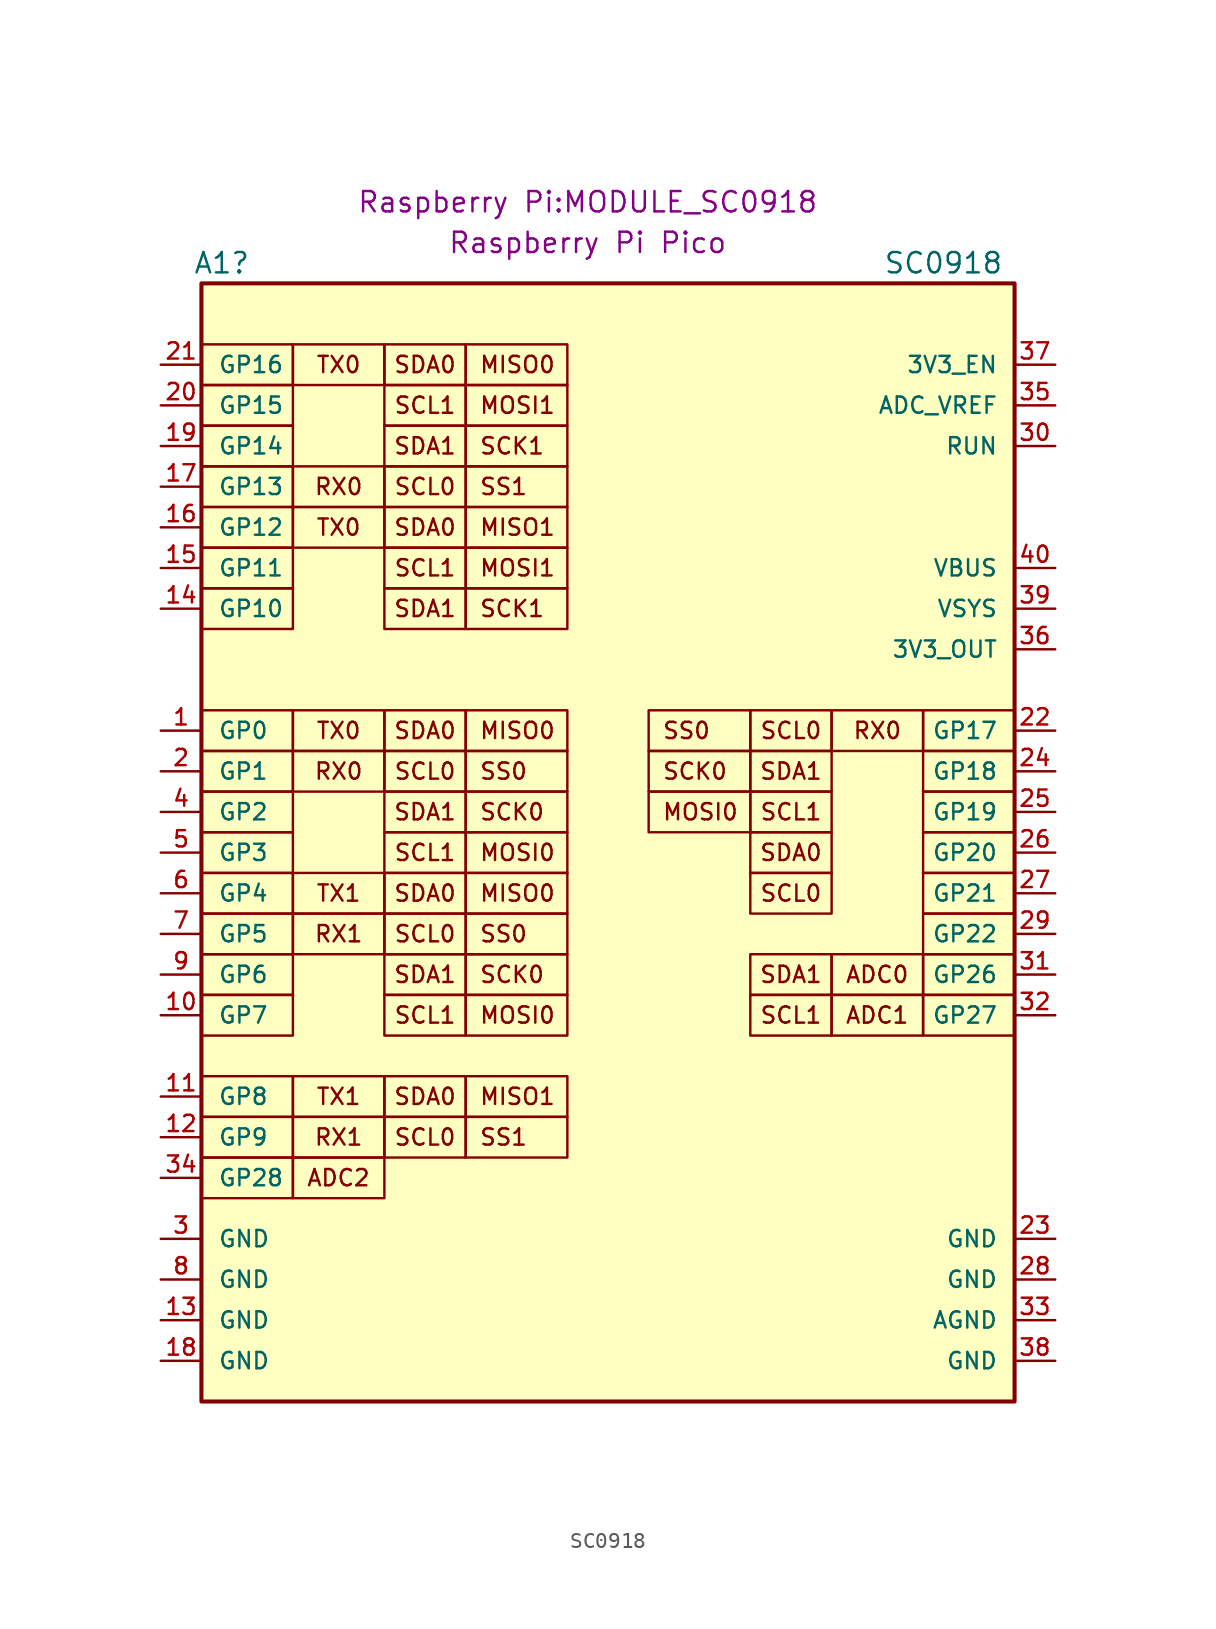
<source format=kicad_sym>
(kicad_symbol_lib
  (version 20231120)
  (generator "kicad_symbol_editor")
  (generator_version "8.0")
  (symbol "SC0918"
    (pin_names
      (offset 1.016))
    (property "Reference" "A1"
      (at -24.13 55.88 0)
      (effects (font (size 1.27 1.27))))
    (property "Value" "SC0918"
      (at 20.955 55.88 0)
      (effects (font (size 1.27 1.27))))
    (property "Footprint" "Raspberry Pi:MODULE_SC0918"
      (at -1.27 59.69 0)
      (effects (font (size 1.27 1.27))))
    (property "manufacturer" "Raspberry Pi Pico"
      (at -1.27 57.15 0)
      (effects (font (size 1.27 1.27))))
    (symbol "SC0918_0_0"
      (text_box "ADC0" (at 13.97 12.7 0) (size 5.715 -2.54) (stroke (width 0) (type default)) (fill (type none)) (effects (font (size 1.016 1.016)) (justify left)))
      (text_box "ADC1" (at 13.97 10.16 0) (size 5.715 -2.54) (stroke (width 0) (type default)) (fill (type none)) (effects (font (size 1.016 1.016)) (justify left)))
      (text_box "ADC2" (at -13.97 0 0) (size -5.715 -2.54) (stroke (width 0) (type default)) (fill (type none)) (effects (font (size 1.016 1.016)) (justify left)))
      (text_box "MISO0" (at -8.89 17.78 0) (size 6.35 -2.54) (stroke (width 0) (type default)) (fill (type none)) (effects (font (size 1.016 1.016)) (justify left)))
      (text_box "MISO0" (at -8.89 27.94 0) (size 6.35 -2.54) (stroke (width 0) (type default)) (fill (type none)) (effects (font (size 1.016 1.016)) (justify left)))
      (text_box "MISO0" (at -2.54 50.8 0) (size -6.35 -2.54) (stroke (width 0) (type default)) (fill (type none)) (effects (font (size 1.016 1.016)) (justify left)))
      (text_box "MISO1" (at -8.89 5.08 0) (size 6.35 -2.54) (stroke (width 0) (type default)) (fill (type none)) (effects (font (size 1.016 1.016)) (justify left)))
      (text_box "MISO1" (at -8.89 38.1 0) (size 6.35 2.54) (stroke (width 0) (type default)) (fill (type none)) (effects (font (size 1.016 1.016)) (justify left)))
      (text_box "MOSI0" (at -8.89 10.16 0) (size 6.35 -2.54) (stroke (width 0) (type default)) (fill (type none)) (effects (font (size 1.016 1.016)) (justify left)))
      (text_box "MOSI0" (at -8.89 20.32 0) (size 6.35 -2.54) (stroke (width 0) (type default)) (fill (type none)) (effects (font (size 1.016 1.016)) (justify left)))
      (text_box "MOSI0" (at 2.54 22.86 0) (size 6.35 -2.54) (stroke (width 0) (type default)) (fill (type none)) (effects (font (size 1.016 1.016)) (justify left)))
      (text_box "MOSI1" (at -8.89 35.56 0) (size 6.35 2.54) (stroke (width 0) (type default)) (fill (type none)) (effects (font (size 1.016 1.016)) (justify left)))
      (text_box "MOSI1" (at -8.89 45.72 0) (size 6.35 2.54) (stroke (width 0) (type default)) (fill (type none)) (effects (font (size 1.016 1.016)) (justify left)))
      (text_box "RX0" (at -19.685 25.4 0) (size 5.715 -2.54) (stroke (width 0) (type default)) (fill (type none)) (effects (font (size 1.016 1.016))))
      (text_box "RX0" (at -19.685 40.64 0) (size 5.715 2.54) (stroke (width 0) (type default)) (fill (type none)) (effects (font (size 1.016 1.016))))
      (text_box "RX0" (at 13.97 27.94 0) (size 5.715 -2.54) (stroke (width 0) (type default)) (fill (type none)) (effects (font (size 1.016 1.016))))
      (text_box "RX1" (at -19.685 2.54 0) (size 5.715 -2.54) (stroke (width 0) (type default)) (fill (type none)) (effects (font (size 1.016 1.016))))
      (text_box "RX1" (at -19.685 15.24 0) (size 5.715 -2.54) (stroke (width 0) (type default)) (fill (type none)) (effects (font (size 1.016 1.016))))
      (text_box "SCK0" (at -8.89 12.7 0) (size 6.35 -2.54) (stroke (width 0) (type default)) (fill (type none)) (effects (font (size 1.016 1.016)) (justify left)))
      (text_box "SCK0" (at -8.89 22.86 0) (size 6.35 -2.54) (stroke (width 0) (type default)) (fill (type none)) (effects (font (size 1.016 1.016)) (justify left)))
      (text_box "SCK0" (at 2.54 25.4 0) (size 6.35 -2.54) (stroke (width 0) (type default)) (fill (type none)) (effects (font (size 1.016 1.016)) (justify left)))
      (text_box "SCK1" (at -8.89 33.02 0) (size 6.35 2.54) (stroke (width 0) (type default)) (fill (type none)) (effects (font (size 1.016 1.016)) (justify left)))
      (text_box "SCK1" (at -8.89 43.18 0) (size 6.35 2.54) (stroke (width 0) (type default)) (fill (type none)) (effects (font (size 1.016 1.016)) (justify left)))
      (text_box "SCL0" (at -13.97 2.54 0) (size 5.08 -2.54) (stroke (width 0) (type default)) (fill (type none)) (effects (font (size 1.016 1.016))))
      (text_box "SCL0" (at -13.97 15.24 0) (size 5.08 -2.54) (stroke (width 0) (type default)) (fill (type none)) (effects (font (size 1.016 1.016))))
      (text_box "SCL0" (at -13.97 25.4 0) (size 5.08 -2.54) (stroke (width 0) (type default)) (fill (type none)) (effects (font (size 1.016 1.016))))
      (text_box "SCL0" (at -13.97 40.64 0) (size 5.08 2.54) (stroke (width 0) (type default)) (fill (type none)) (effects (font (size 1.016 1.016))))
      (text_box "SCL0" (at 8.89 17.78 0) (size 5.08 -2.54) (stroke (width 0) (type default)) (fill (type none)) (effects (font (size 1.016 1.016))))
      (text_box "SCL0" (at 8.89 27.94 0) (size 5.08 -2.54) (stroke (width 0) (type default)) (fill (type none)) (effects (font (size 1.016 1.016))))
      (text_box "SCL1" (at -13.97 10.16 0) (size 5.08 -2.54) (stroke (width 0) (type default)) (fill (type none)) (effects (font (size 1.016 1.016))))
      (text_box "SCL1" (at -13.97 20.32 0) (size 5.08 -2.54) (stroke (width 0) (type default)) (fill (type none)) (effects (font (size 1.016 1.016))))
      (text_box "SCL1" (at -13.97 35.56 0) (size 5.08 2.54) (stroke (width 0) (type default)) (fill (type none)) (effects (font (size 1.016 1.016))))
      (text_box "SCL1" (at -13.97 45.72 0) (size 5.08 2.54) (stroke (width 0) (type default)) (fill (type none)) (effects (font (size 1.016 1.016))))
      (text_box "SCL1" (at 8.89 10.16 0) (size 5.08 -2.54) (stroke (width 0) (type default)) (fill (type none)) (effects (font (size 1.016 1.016))))
      (text_box "SCL1" (at 8.89 22.86 0) (size 5.08 -2.54) (stroke (width 0) (type default)) (fill (type none)) (effects (font (size 1.016 1.016))))
      (text_box "SDA0" (at -13.97 5.08 0) (size 5.08 -2.54) (stroke (width 0) (type default)) (fill (type none)) (effects (font (size 1.016 1.016))))
      (text_box "SDA0" (at -13.97 17.78 0) (size 5.08 -2.54) (stroke (width 0) (type default)) (fill (type none)) (effects (font (size 1.016 1.016))))
      (text_box "SDA0" (at -13.97 27.94 0) (size 5.08 -2.54) (stroke (width 0) (type default)) (fill (type none)) (effects (font (size 1.016 1.016))))
      (text_box "SDA0" (at -13.97 38.1 0) (size 5.08 2.54) (stroke (width 0) (type default)) (fill (type none)) (effects (font (size 1.016 1.016))))
      (text_box "SDA0" (at -8.89 50.8 0) (size -5.08 -2.54) (stroke (width 0) (type default)) (fill (type none)) (effects (font (size 1.016 1.016))))
      (text_box "SDA0" (at 8.89 20.32 0) (size 5.08 -2.54) (stroke (width 0) (type default)) (fill (type none)) (effects (font (size 1.016 1.016))))
      (text_box "SDA1" (at -13.97 12.7 0) (size 5.08 -2.54) (stroke (width 0) (type default)) (fill (type none)) (effects (font (size 1.016 1.016))))
      (text_box "SDA1" (at -13.97 22.86 0) (size 5.08 -2.54) (stroke (width 0) (type default)) (fill (type none)) (effects (font (size 1.016 1.016))))
      (text_box "SDA1" (at -13.97 33.02 0) (size 5.08 2.54) (stroke (width 0) (type default)) (fill (type none)) (effects (font (size 1.016 1.016))))
      (text_box "SDA1" (at -13.97 43.18 0) (size 5.08 2.54) (stroke (width 0) (type default)) (fill (type none)) (effects (font (size 1.016 1.016))))
      (text_box "SDA1" (at 8.89 12.7 0) (size 5.08 -2.54) (stroke (width 0) (type default)) (fill (type none)) (effects (font (size 1.016 1.016))))
      (text_box "SDA1" (at 8.89 25.4 0) (size 5.08 -2.54) (stroke (width 0) (type default)) (fill (type none)) (effects (font (size 1.016 1.016))))
      (text_box "SS0" (at -8.89 15.24 0) (size 6.35 -2.54) (stroke (width 0) (type default)) (fill (type none)) (effects (font (size 1.016 1.016)) (justify left)))
      (text_box "SS0" (at -8.89 25.4 0) (size 6.35 -2.54) (stroke (width 0) (type default)) (fill (type none)) (effects (font (size 1.016 1.016)) (justify left)))
      (text_box "SS0" (at 2.54 27.94 0) (size 6.35 -2.54) (stroke (width 0) (type default)) (fill (type none)) (effects (font (size 1.016 1.016)) (justify left)))
      (text_box "SS1" (at -8.89 2.54 0) (size 6.35 -2.54) (stroke (width 0) (type default)) (fill (type none)) (effects (font (size 1.016 1.016)) (justify left)))
      (text_box "SS1" (at -8.89 40.64 0) (size 6.35 2.54) (stroke (width 0) (type default)) (fill (type none)) (effects (font (size 1.016 1.016)) (justify left)))
      (text_box "TX0" (at -19.685 27.94 0) (size 5.715 -2.54) (stroke (width 0) (type default)) (fill (type none)) (effects (font (size 1.016 1.016))))
      (text_box "TX0" (at -19.685 38.1 0) (size 5.715 2.54) (stroke (width 0) (type default)) (fill (type none)) (effects (font (size 1.016 1.016))))
      (text_box "TX0" (at -13.97 50.8 0) (size -5.715 -2.54) (stroke (width 0) (type default)) (fill (type none)) (effects (font (size 1.016 1.016))))
      (text_box "TX1" (at -19.685 5.08 0) (size 5.715 -2.54) (stroke (width 0) (type default)) (fill (type none)) (effects (font (size 1.016 1.016))))
      (text_box "TX1" (at -19.685 17.78 0) (size 5.715 -2.54) (stroke (width 0) (type default)) (fill (type none)) (effects (font (size 1.016 1.016))))
      (pin bidirectional line (at -27.94 26.67 0) (length 2.54) (name "GP0" (effects (font (size 1.016 1.016)))) (number "1" (effects (font (size 1.016 1.016)))))
      (pin bidirectional line (at -27.94 8.89 0) (length 2.54) (name "GP7" (effects (font (size 1.016 1.016)))) (number "10" (effects (font (size 1.016 1.016)))))
      (pin bidirectional line (at -27.94 3.81 0) (length 2.54) (name "GP8" (effects (font (size 1.016 1.016)))) (number "11" (effects (font (size 1.016 1.016)))))
      (pin bidirectional line (at -27.94 1.27 0) (length 2.54) (name "GP9" (effects (font (size 1.016 1.016)))) (number "12" (effects (font (size 1.016 1.016)))))
      (pin power_in line (at -27.94 -10.16 0) (length 2.54) (name "GND" (effects (font (size 1.016 1.016)))) (number "13" (effects (font (size 1.016 1.016)))))
      (pin bidirectional line (at -27.94 34.29 0) (length 2.54) (name "GP10" (effects (font (size 1.016 1.016)))) (number "14" (effects (font (size 1.016 1.016)))))
      (pin bidirectional line (at -27.94 36.83 0) (length 2.54) (name "GP11" (effects (font (size 1.016 1.016)))) (number "15" (effects (font (size 1.016 1.016)))))
      (pin bidirectional line (at -27.94 39.37 0) (length 2.54) (name "GP12" (effects (font (size 1.016 1.016)))) (number "16" (effects (font (size 1.016 1.016)))))
      (pin bidirectional line (at -27.94 41.91 0) (length 2.54) (name "GP13" (effects (font (size 1.016 1.016)))) (number "17" (effects (font (size 1.016 1.016)))))
      (pin power_in line (at -27.94 -12.7 0) (length 2.54) (name "GND" (effects (font (size 1.016 1.016)))) (number "18" (effects (font (size 1.016 1.016)))))
      (pin bidirectional line (at -27.94 44.45 0) (length 2.54) (name "GP14" (effects (font (size 1.016 1.016)))) (number "19" (effects (font (size 1.016 1.016)))))
      (pin bidirectional line (at -27.94 24.13 0) (length 2.54) (name "GP1" (effects (font (size 1.016 1.016)))) (number "2" (effects (font (size 1.016 1.016)))))
      (pin bidirectional line (at -27.94 46.99 0) (length 2.54) (name "GP15" (effects (font (size 1.016 1.016)))) (number "20" (effects (font (size 1.016 1.016)))))
      (pin bidirectional line (at -27.94 49.53 0) (length 2.54) (name "GP16" (effects (font (size 1.016 1.016)))) (number "21" (effects (font (size 1.016 1.016)))))
      (pin bidirectional line (at 27.94 26.67 180) (length 2.54) (name "GP17" (effects (font (size 1.016 1.016)))) (number "22" (effects (font (size 1.016 1.016)))))
      (pin power_in line (at 27.94 -5.08 180) (length 2.54) (name "GND" (effects (font (size 1.016 1.016)))) (number "23" (effects (font (size 1.016 1.016)))))
      (pin bidirectional line (at 27.94 24.13 180) (length 2.54) (name "GP18" (effects (font (size 1.016 1.016)))) (number "24" (effects (font (size 1.016 1.016)))))
      (pin bidirectional line (at 27.94 21.59 180) (length 2.54) (name "GP19" (effects (font (size 1.016 1.016)))) (number "25" (effects (font (size 1.016 1.016)))))
      (pin bidirectional line (at 27.94 19.05 180) (length 2.54) (name "GP20" (effects (font (size 1.016 1.016)))) (number "26" (effects (font (size 1.016 1.016)))))
      (pin bidirectional line (at 27.94 16.51 180) (length 2.54) (name "GP21" (effects (font (size 1.016 1.016)))) (number "27" (effects (font (size 1.016 1.016)))))
      (pin power_in line (at 27.94 -7.62 180) (length 2.54) (name "GND" (effects (font (size 1.016 1.016)))) (number "28" (effects (font (size 1.016 1.016)))))
      (pin bidirectional line (at 27.94 13.97 180) (length 2.54) (name "GP22" (effects (font (size 1.016 1.016)))) (number "29" (effects (font (size 1.016 1.016)))))
      (pin power_in line (at -27.94 -5.08 0) (length 2.54) (name "GND" (effects (font (size 1.016 1.016)))) (number "3" (effects (font (size 1.016 1.016)))))
      (pin input line (at 27.94 44.45 180) (length 2.54) (name "RUN" (effects (font (size 1.016 1.016)))) (number "30" (effects (font (size 1.016 1.016)))))
      (pin bidirectional line (at 27.94 11.43 180) (length 2.54) (name "GP26" (effects (font (size 1.016 1.016)))) (number "31" (effects (font (size 1.016 1.016)))))
      (pin bidirectional line (at 27.94 8.89 180) (length 2.54) (name "GP27" (effects (font (size 1.016 1.016)))) (number "32" (effects (font (size 1.016 1.016)))))
      (pin power_in line (at 27.94 -10.16 180) (length 2.54) (name "AGND" (effects (font (size 1.016 1.016)))) (number "33" (effects (font (size 1.016 1.016)))))
      (pin bidirectional line (at -27.94 -1.27 0) (length 2.54) (name "GP28" (effects (font (size 1.016 1.016)))) (number "34" (effects (font (size 1.016 1.016)))))
      (pin power_in line (at 27.94 46.99 180) (length 2.54) (name "ADC_VREF" (effects (font (size 1.016 1.016)))) (number "35" (effects (font (size 1.016 1.016)))))
      (pin power_in line (at 27.94 31.75 180) (length 2.54) (name "3V3_OUT" (effects (font (size 1.016 1.016)))) (number "36" (effects (font (size 1.016 1.016)))))
      (pin input line (at 27.94 49.53 180) (length 2.54) (name "3V3_EN" (effects (font (size 1.016 1.016)))) (number "37" (effects (font (size 1.016 1.016)))))
      (pin power_in line (at 27.94 -12.7 180) (length 2.54) (name "GND" (effects (font (size 1.016 1.016)))) (number "38" (effects (font (size 1.016 1.016)))))
      (pin free line (at 27.94 34.29 180) (length 2.54) (name "VSYS" (effects (font (size 1.016 1.016)))) (number "39" (effects (font (size 1.016 1.016)))))
      (pin bidirectional line (at -27.94 21.59 0) (length 2.54) (name "GP2" (effects (font (size 1.016 1.016)))) (number "4" (effects (font (size 1.016 1.016)))))
      (pin free line (at 27.94 36.83 180) (length 2.54) (name "VBUS" (effects (font (size 1.016 1.016)))) (number "40" (effects (font (size 1.016 1.016)))))
      (pin bidirectional line (at -27.94 19.05 0) (length 2.54) (name "GP3" (effects (font (size 1.016 1.016)))) (number "5" (effects (font (size 1.016 1.016)))))
      (pin bidirectional line (at -27.94 16.51 0) (length 2.54) (name "GP4" (effects (font (size 1.016 1.016)))) (number "6" (effects (font (size 1.016 1.016)))))
      (pin bidirectional line (at -27.94 13.97 0) (length 2.54) (name "GP5" (effects (font (size 1.016 1.016)))) (number "7" (effects (font (size 1.016 1.016)))))
      (pin power_in line (at -27.94 -7.62 0) (length 2.54) (name "GND" (effects (font (size 1.016 1.016)))) (number "8" (effects (font (size 1.016 1.016)))))
      (pin bidirectional line (at -27.94 11.43 0) (length 2.54) (name "GP6" (effects (font (size 1.016 1.016)))) (number "9" (effects (font (size 1.016 1.016))))))
    (symbol "SC0918_0_1"
      (rectangle (start -25.4 2.54) (end -19.685 0) (stroke (width 0) (type default)) (fill (type none)))
      (rectangle (start -25.4 5.08) (end -19.685 2.54) (stroke (width 0) (type default)) (fill (type none)))
      (rectangle (start -25.4 10.16) (end -19.685 7.62) (stroke (width 0) (type default)) (fill (type none)))
      (rectangle (start -25.4 12.7) (end -19.685 10.16) (stroke (width 0) (type default)) (fill (type none)))
      (rectangle (start -25.4 15.24) (end -19.685 12.7) (stroke (width 0) (type default)) (fill (type none)))
      (rectangle (start -25.4 17.78) (end -19.685 15.24) (stroke (width 0) (type default)) (fill (type none)))
      (rectangle (start -25.4 20.32) (end -19.685 17.78) (stroke (width 0) (type default)) (fill (type none)))
      (rectangle (start -25.4 22.86) (end -19.685 20.32) (stroke (width 0) (type default)) (fill (type none)))
      (rectangle (start -25.4 25.4) (end -19.685 22.86) (stroke (width 0) (type default)) (fill (type none)))
      (rectangle (start -25.4 27.94) (end -19.685 25.4) (stroke (width 0) (type default)) (fill (type none)))
      (rectangle (start -25.4 33.02) (end -19.685 35.56) (stroke (width 0) (type default)) (fill (type none)))
      (rectangle (start -25.4 35.56) (end -19.685 38.1) (stroke (width 0) (type default)) (fill (type none)))
      (rectangle (start -25.4 38.1) (end -19.685 40.64) (stroke (width 0) (type default)) (fill (type none)))
      (rectangle (start -25.4 40.64) (end -19.685 43.18) (stroke (width 0) (type default)) (fill (type none)))
      (rectangle (start -25.4 43.18) (end -19.685 45.72) (stroke (width 0) (type default)) (fill (type none)))
      (rectangle (start -25.4 45.72) (end -19.685 48.26) (stroke (width 0) (type default)) (fill (type none)))
      (rectangle (start -19.685 0) (end -25.4 -2.54) (stroke (width 0) (type default)) (fill (type none)))
      (rectangle (start -19.685 50.8) (end -25.4 48.26) (stroke (width 0) (type default)) (fill (type none)))
      (rectangle (start 19.685 10.16) (end 25.4 7.62) (stroke (width 0) (type default)) (fill (type none)))
      (rectangle (start 19.685 12.7) (end 25.4 10.16) (stroke (width 0) (type default)) (fill (type none)))
      (rectangle (start 19.685 15.24) (end 25.4 12.7) (stroke (width 0) (type default)) (fill (type none)))
      (rectangle (start 19.685 17.78) (end 25.4 15.24) (stroke (width 0) (type default)) (fill (type none)))
      (rectangle (start 19.685 20.32) (end 25.4 17.78) (stroke (width 0) (type default)) (fill (type none)))
      (rectangle (start 19.685 22.86) (end 25.4 20.32) (stroke (width 0) (type default)) (fill (type none)))
      (rectangle (start 19.685 25.4) (end 25.4 22.86) (stroke (width 0) (type default)) (fill (type none)))
      (rectangle (start 19.685 27.94) (end 25.4 25.4) (stroke (width 0) (type default)) (fill (type none))))
    (symbol "SC0918_1_0"
      (rectangle (start -25.4 54.61) (end 25.4 -15.24) (stroke (width 0.254) (type default)) (fill (type background))))))
</source>
